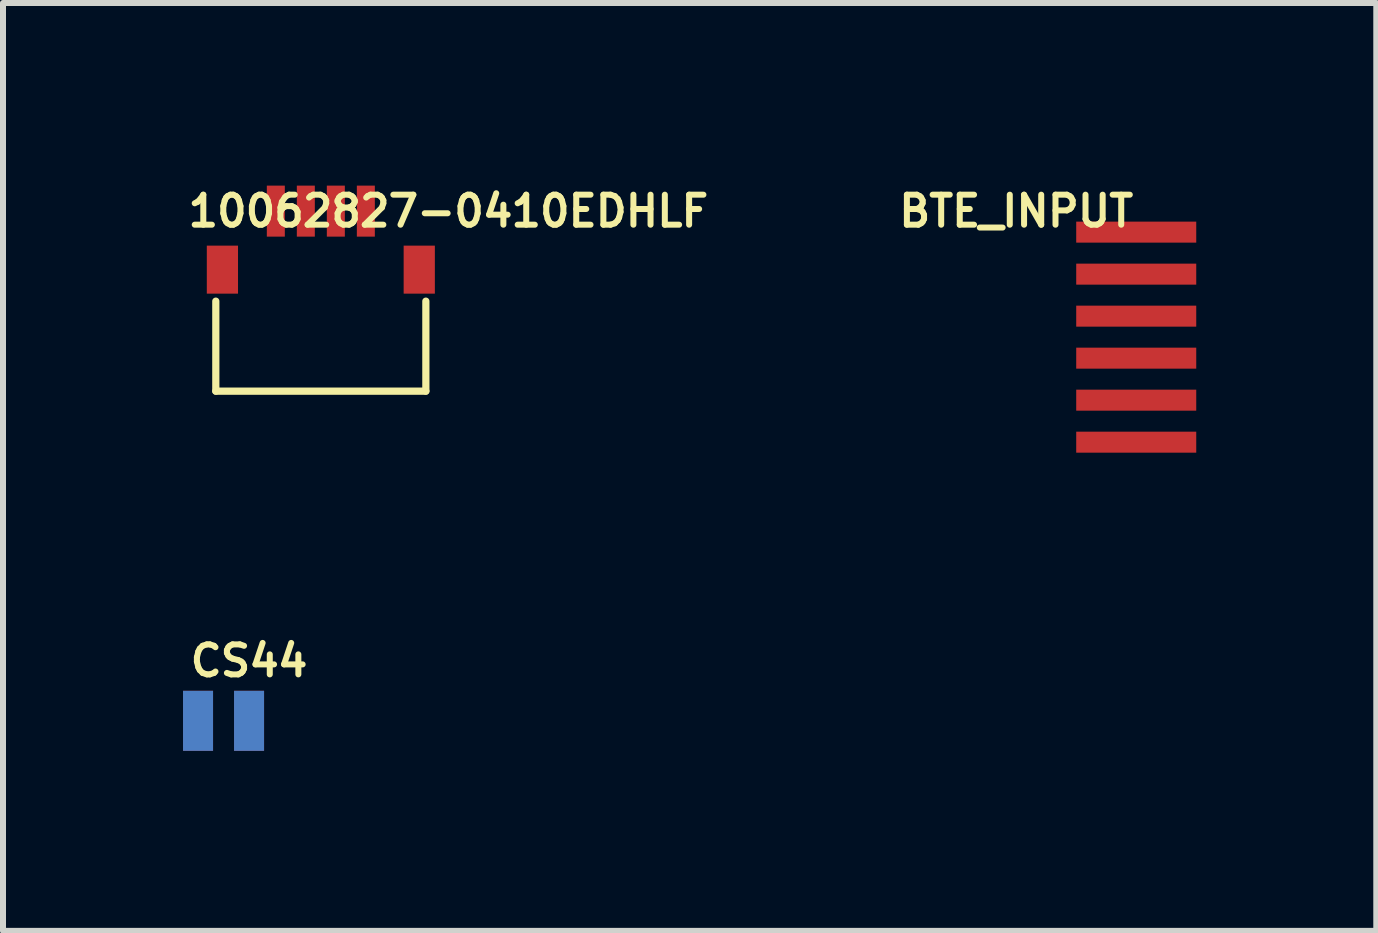
<source format=kicad_pcb>
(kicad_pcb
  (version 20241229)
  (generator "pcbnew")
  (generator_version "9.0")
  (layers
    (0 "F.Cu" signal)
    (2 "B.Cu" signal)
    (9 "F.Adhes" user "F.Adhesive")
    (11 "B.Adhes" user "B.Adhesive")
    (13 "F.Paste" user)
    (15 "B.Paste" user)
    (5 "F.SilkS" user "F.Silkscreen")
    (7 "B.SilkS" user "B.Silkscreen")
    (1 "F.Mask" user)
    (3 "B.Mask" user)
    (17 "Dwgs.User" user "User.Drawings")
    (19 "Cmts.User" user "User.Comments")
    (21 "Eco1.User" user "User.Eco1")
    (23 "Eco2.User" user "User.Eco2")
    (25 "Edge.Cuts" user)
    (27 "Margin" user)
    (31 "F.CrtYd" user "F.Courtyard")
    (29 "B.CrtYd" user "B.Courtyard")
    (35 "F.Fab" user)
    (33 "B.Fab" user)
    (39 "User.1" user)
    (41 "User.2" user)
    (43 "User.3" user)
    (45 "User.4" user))
  (footprint "10062827-0410EDHLF"
    (layer "F.Cu")
    (at 2.296 0.468)
    (property "Reference" "10062827-0410EDHLF" (at 2.125 0 0) (layer "F.SilkS") (effects (font (size 0.5 0.5) (thickness 0.1))))
    (attr through_hole)
    (fp_line (start -1.75 1.5) (end -1.75 3) (stroke (width 0.12) (type solid)) (layer "F.SilkS"))
    (fp_line (start 1.75 1.5) (end 1.75 3) (stroke (width 0.12) (type solid)) (layer "F.SilkS"))
    (fp_line (start 1.75 3) (end -1.75 3) (stroke (width 0.12) (type solid)) (layer "F.SilkS"))
    (pad "1" smd rect (at 0.75 0) (size 0.3 0.85) (layers "F.Cu" "F.Mask" "F.Paste"))
    (pad "2" smd rect (at 0.25 0) (size 0.3 0.85) (layers "F.Cu" "F.Mask" "F.Paste"))
    (pad "3" smd rect (at -0.25 0) (size 0.3 0.85) (layers "F.Cu" "F.Mask" "F.Paste"))
    (pad "4" smd rect (at -0.75 0) (size 0.3 0.85) (layers "F.Cu" "F.Mask" "F.Paste"))
    (pad "5" smd rect (at -1.64 0.975) (size 0.52 0.8) (layers "F.Cu" "F.Mask" "F.Paste"))
    (pad "6" smd rect (at 1.64 0.975) (size 0.52 0.8) (layers "F.Cu" "F.Mask" "F.Paste")))
  (footprint "BTE_INPUT"
    (layer "F.Cu")
    (at 15.883 2.568)
    (property "Reference" "BTE_INPUT" (at -2 -2.1 0) (layer "F.SilkS") (effects (font (size 0.5 0.5) (thickness 0.1))))
    (attr through_hole)
    (pad "1" smd rect (at 0 -1.75) (size 2 0.35) (layers "F.Cu" "F.Mask"))
    (pad "2" smd rect (at 0 -1.05) (size 2 0.35) (layers "F.Cu" "F.Mask"))
    (pad "3" smd rect (at 0 -0.35) (size 2 0.35) (layers "F.Cu" "F.Mask"))
    (pad "4" smd rect (at 0 0.35) (size 2 0.35) (layers "F.Cu" "F.Mask"))
    (pad "5" smd rect (at 0 1.05) (size 2 0.35) (layers "F.Cu" "F.Mask"))
    (pad "6" smd rect (at 0 1.75) (size 2 0.35) (layers "F.Cu" "F.Mask")))
  (footprint "CS44"
    (layer "F.Cu")
    (at 0.675 8.961)
    (property "Reference" "CS44" (at 0.425 -1 0) (layer "F.SilkS") (effects (font (size 0.5 0.5) (thickness 0.1))))
    (attr through_hole)
    (pad "1" smd rect (at -0.425 0) (size 0.5 1) (layers "F.Cu" "F.Mask"))
    (pad "2" smd rect (at 0.425 0) (size 0.5 1) (layers "F.Cu" "F.Mask"))
    (pad "3" smd rect (at 0.425 0) (size 0.5 1) (layers "B.Cu" "B.Mask"))
    (pad "4" smd rect (at -0.425 0) (size 0.5 1) (layers "B.Cu" "B.Mask")))
  (gr_rect
    (start -3 -3)
    (end 19.883 12.461)
    (stroke (width 0.1) (type default))
    (fill no)
    (layer "Edge.Cuts")))
</source>
